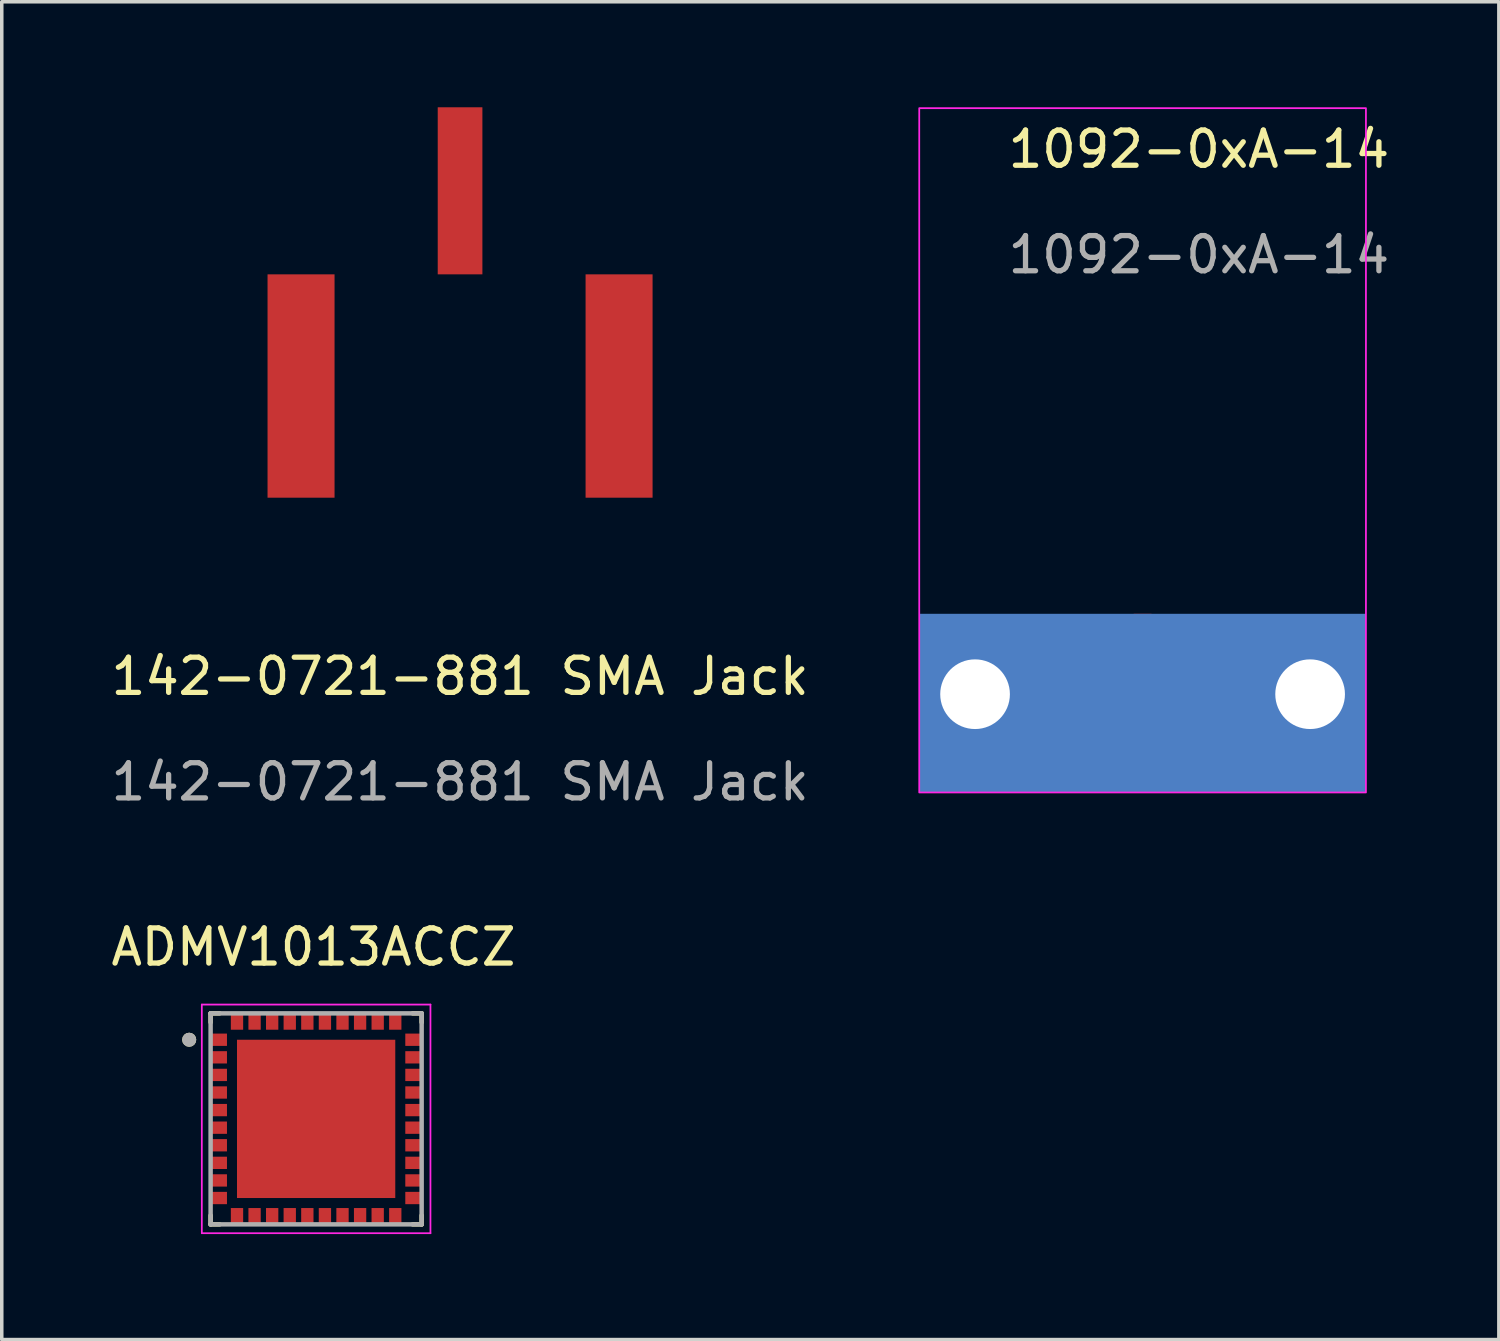
<source format=kicad_pcb>
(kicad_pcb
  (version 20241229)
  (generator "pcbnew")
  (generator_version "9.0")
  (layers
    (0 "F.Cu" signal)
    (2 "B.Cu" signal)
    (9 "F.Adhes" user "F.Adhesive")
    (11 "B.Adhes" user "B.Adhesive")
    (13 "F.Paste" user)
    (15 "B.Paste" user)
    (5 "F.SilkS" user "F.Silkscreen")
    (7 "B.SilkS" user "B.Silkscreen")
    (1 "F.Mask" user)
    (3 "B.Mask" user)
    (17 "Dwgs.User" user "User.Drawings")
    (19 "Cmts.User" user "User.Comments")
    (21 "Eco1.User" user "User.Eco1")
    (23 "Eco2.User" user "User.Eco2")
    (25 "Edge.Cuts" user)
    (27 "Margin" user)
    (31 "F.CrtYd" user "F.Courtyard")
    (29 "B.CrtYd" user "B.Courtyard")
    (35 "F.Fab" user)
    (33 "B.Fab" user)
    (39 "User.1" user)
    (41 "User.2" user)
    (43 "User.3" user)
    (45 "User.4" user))
  (footprint "142-0721-881 SMA Jack"
    (layer "F.Cu")
    (at 10.03 11.1)
    (property "Reference" "142-0721-881 SMA Jack" (at 0 5.08 0) (unlocked yes) (layer "F.SilkS") (effects (font (size 1 1) (thickness 0.15))))
    (attr smd)
    (fp_text user "${REFERENCE}" (at 0 8.08 0) (unlocked yes) (layer "F.Fab") (effects (font (size 1 1) (thickness 0.15))))
    (pad "1" smd rect (at 0 -8.725) (size 1.27 4.75) (layers "F.Cu" "F.Mask" "F.Paste"))
    (pad "2" smd rect (at -4.521 -3.175) (size 1.905 6.35) (layers "F.Cu" "F.Mask" "F.Paste"))
    (pad "2" smd rect (at 4.521 -3.175) (size 1.905 6.35) (layers "F.Cu" "F.Mask" "F.Paste")))
  (footprint "ADMV1013ACCZ"
    (layer "F.Cu")
    (at 5.938 28.761)
    (property "Reference" "ADMV1013ACCZ" (at -0.075 -4.885 0) (layer "F.SilkS") (effects (font (size 1 1) (thickness 0.15))))
    (attr through_hole)
    (fp_poly (pts (xy -3.015 -2.475) (xy -2.485 -2.475) (xy -2.485 -2.025) (xy -3.015 -2.025)) (stroke (width 0.01) (type solid)) (fill yes) (layer "F.Mask"))
    (fp_poly (pts (xy -3.015 -1.975) (xy -2.485 -1.975) (xy -2.485 -1.525) (xy -3.015 -1.525)) (stroke (width 0.01) (type solid)) (fill yes) (layer "F.Mask"))
    (fp_poly (pts (xy -3.015 -1.475) (xy -2.485 -1.475) (xy -2.485 -1.025) (xy -3.015 -1.025)) (stroke (width 0.01) (type solid)) (fill yes) (layer "F.Mask"))
    (fp_poly (pts (xy -3.015 -0.975) (xy -2.485 -0.975) (xy -2.485 -0.525) (xy -3.015 -0.525)) (stroke (width 0.01) (type solid)) (fill yes) (layer "F.Mask"))
    (fp_poly (pts (xy -3.015 -0.475) (xy -2.485 -0.475) (xy -2.485 -0.025) (xy -3.015 -0.025)) (stroke (width 0.01) (type solid)) (fill yes) (layer "F.Mask"))
    (fp_poly (pts (xy -3.015 0.025) (xy -2.485 0.025) (xy -2.485 0.475) (xy -3.015 0.475)) (stroke (width 0.01) (type solid)) (fill yes) (layer "F.Mask"))
    (fp_poly (pts (xy -3.015 0.525) (xy -2.485 0.525) (xy -2.485 0.975) (xy -3.015 0.975)) (stroke (width 0.01) (type solid)) (fill yes) (layer "F.Mask"))
    (fp_poly (pts (xy -3.015 1.025) (xy -2.485 1.025) (xy -2.485 1.475) (xy -3.015 1.475)) (stroke (width 0.01) (type solid)) (fill yes) (layer "F.Mask"))
    (fp_poly (pts (xy -3.015 1.525) (xy -2.485 1.525) (xy -2.485 1.975) (xy -3.015 1.975)) (stroke (width 0.01) (type solid)) (fill yes) (layer "F.Mask"))
    (fp_poly (pts (xy -3.015 2.025) (xy -2.485 2.025) (xy -2.485 2.475) (xy -3.015 2.475)) (stroke (width 0.01) (type solid)) (fill yes) (layer "F.Mask"))
    (fp_poly (pts (xy -2.475 -3.015) (xy -2.025 -3.015) (xy -2.025 -2.485) (xy -2.475 -2.485)) (stroke (width 0.01) (type solid)) (fill yes) (layer "F.Mask"))
    (fp_poly (pts (xy -2.475 2.485) (xy -2.025 2.485) (xy -2.025 3.015) (xy -2.475 3.015)) (stroke (width 0.01) (type solid)) (fill yes) (layer "F.Mask"))
    (fp_poly (pts (xy -1.975 -3.015) (xy -1.525 -3.015) (xy -1.525 -2.485) (xy -1.975 -2.485)) (stroke (width 0.01) (type solid)) (fill yes) (layer "F.Mask"))
    (fp_poly (pts (xy -1.975 2.485) (xy -1.525 2.485) (xy -1.525 3.015) (xy -1.975 3.015)) (stroke (width 0.01) (type solid)) (fill yes) (layer "F.Mask"))
    (fp_poly (pts (xy -1.475 -3.015) (xy -1.025 -3.015) (xy -1.025 -2.485) (xy -1.475 -2.485)) (stroke (width 0.01) (type solid)) (fill yes) (layer "F.Mask"))
    (fp_poly (pts (xy -1.475 2.485) (xy -1.025 2.485) (xy -1.025 3.015) (xy -1.475 3.015)) (stroke (width 0.01) (type solid)) (fill yes) (layer "F.Mask"))
    (fp_poly (pts (xy -0.975 -3.015) (xy -0.525 -3.015) (xy -0.525 -2.485) (xy -0.975 -2.485)) (stroke (width 0.01) (type solid)) (fill yes) (layer "F.Mask"))
    (fp_poly (pts (xy -0.975 2.485) (xy -0.525 2.485) (xy -0.525 3.015) (xy -0.975 3.015)) (stroke (width 0.01) (type solid)) (fill yes) (layer "F.Mask"))
    (fp_poly (pts (xy -0.475 -3.015) (xy -0.025 -3.015) (xy -0.025 -2.485) (xy -0.475 -2.485)) (stroke (width 0.01) (type solid)) (fill yes) (layer "F.Mask"))
    (fp_poly (pts (xy -0.475 2.485) (xy -0.025 2.485) (xy -0.025 3.015) (xy -0.475 3.015)) (stroke (width 0.01) (type solid)) (fill yes) (layer "F.Mask"))
    (fp_poly (pts (xy 0.025 -3.015) (xy 0.475 -3.015) (xy 0.475 -2.485) (xy 0.025 -2.485)) (stroke (width 0.01) (type solid)) (fill yes) (layer "F.Mask"))
    (fp_poly (pts (xy 0.025 2.485) (xy 0.475 2.485) (xy 0.475 3.015) (xy 0.025 3.015)) (stroke (width 0.01) (type solid)) (fill yes) (layer "F.Mask"))
    (fp_poly (pts (xy 0.525 -3.015) (xy 0.975 -3.015) (xy 0.975 -2.485) (xy 0.525 -2.485)) (stroke (width 0.01) (type solid)) (fill yes) (layer "F.Mask"))
    (fp_poly (pts (xy 0.525 2.485) (xy 0.975 2.485) (xy 0.975 3.015) (xy 0.525 3.015)) (stroke (width 0.01) (type solid)) (fill yes) (layer "F.Mask"))
    (fp_poly (pts (xy 1.025 -3.015) (xy 1.475 -3.015) (xy 1.475 -2.485) (xy 1.025 -2.485)) (stroke (width 0.01) (type solid)) (fill yes) (layer "F.Mask"))
    (fp_poly (pts (xy 1.025 2.485) (xy 1.475 2.485) (xy 1.475 3.015) (xy 1.025 3.015)) (stroke (width 0.01) (type solid)) (fill yes) (layer "F.Mask"))
    (fp_poly (pts (xy 1.525 -3.015) (xy 1.975 -3.015) (xy 1.975 -2.485) (xy 1.525 -2.485)) (stroke (width 0.01) (type solid)) (fill yes) (layer "F.Mask"))
    (fp_poly (pts (xy 1.525 2.485) (xy 1.975 2.485) (xy 1.975 3.015) (xy 1.525 3.015)) (stroke (width 0.01) (type solid)) (fill yes) (layer "F.Mask"))
    (fp_poly (pts (xy 2.025 -3.015) (xy 2.475 -3.015) (xy 2.475 -2.485) (xy 2.025 -2.485)) (stroke (width 0.01) (type solid)) (fill yes) (layer "F.Mask"))
    (fp_poly (pts (xy 2.025 2.485) (xy 2.475 2.485) (xy 2.475 3.015) (xy 2.025 3.015)) (stroke (width 0.01) (type solid)) (fill yes) (layer "F.Mask"))
    (fp_poly (pts (xy 2.485 -2.475) (xy 3.015 -2.475) (xy 3.015 -2.025) (xy 2.485 -2.025)) (stroke (width 0.01) (type solid)) (fill yes) (layer "F.Mask"))
    (fp_poly (pts (xy 2.485 -1.975) (xy 3.015 -1.975) (xy 3.015 -1.525) (xy 2.485 -1.525)) (stroke (width 0.01) (type solid)) (fill yes) (layer "F.Mask"))
    (fp_poly (pts (xy 2.485 -1.475) (xy 3.015 -1.475) (xy 3.015 -1.025) (xy 2.485 -1.025)) (stroke (width 0.01) (type solid)) (fill yes) (layer "F.Mask"))
    (fp_poly (pts (xy 2.485 -0.975) (xy 3.015 -0.975) (xy 3.015 -0.525) (xy 2.485 -0.525)) (stroke (width 0.01) (type solid)) (fill yes) (layer "F.Mask"))
    (fp_poly (pts (xy 2.485 -0.475) (xy 3.015 -0.475) (xy 3.015 -0.025) (xy 2.485 -0.025)) (stroke (width 0.01) (type solid)) (fill yes) (layer "F.Mask"))
    (fp_poly (pts (xy 2.485 0.025) (xy 3.015 0.025) (xy 3.015 0.475) (xy 2.485 0.475)) (stroke (width 0.01) (type solid)) (fill yes) (layer "F.Mask"))
    (fp_poly (pts (xy 2.485 0.525) (xy 3.015 0.525) (xy 3.015 0.975) (xy 2.485 0.975)) (stroke (width 0.01) (type solid)) (fill yes) (layer "F.Mask"))
    (fp_poly (pts (xy 2.485 1.025) (xy 3.015 1.025) (xy 3.015 1.475) (xy 2.485 1.475)) (stroke (width 0.01) (type solid)) (fill yes) (layer "F.Mask"))
    (fp_poly (pts (xy 2.485 1.525) (xy 3.015 1.525) (xy 3.015 1.975) (xy 2.485 1.975)) (stroke (width 0.01) (type solid)) (fill yes) (layer "F.Mask"))
    (fp_poly (pts (xy 2.485 2.025) (xy 3.015 2.025) (xy 3.015 2.475) (xy 2.485 2.475)) (stroke (width 0.01) (type solid)) (fill yes) (layer "F.Mask"))
    (fp_line (start -3 -3) (end -2.745 -3) (stroke (width 0.127) (type solid)) (layer "F.SilkS"))
    (fp_line (start -3 -2.745) (end -3 -3) (stroke (width 0.127) (type solid)) (layer "F.SilkS"))
    (fp_line (start -3 3) (end -3 2.745) (stroke (width 0.127) (type solid)) (layer "F.SilkS"))
    (fp_line (start -2.745 3) (end -3 3) (stroke (width 0.127) (type solid)) (layer "F.SilkS"))
    (fp_line (start 2.745 -3) (end 3 -3) (stroke (width 0.127) (type solid)) (layer "F.SilkS"))
    (fp_line (start 3 -3) (end 3 -2.745) (stroke (width 0.127) (type solid)) (layer "F.SilkS"))
    (fp_line (start 3 3) (end 2.745 3) (stroke (width 0.127) (type solid)) (layer "F.SilkS"))
    (fp_line (start 3 3) (end 3 2.745) (stroke (width 0.127) (type solid)) (layer "F.SilkS"))
    (fp_circle (center -3.609 -2.25) (end -3.509 -2.25) (stroke (width 0.2) (type solid)) (fill no) (layer "F.SilkS"))
    (fp_poly (pts (xy -1.835 -1.835) (xy -0.415 -1.835) (xy -0.415 -0.415) (xy -1.835 -0.415)) (stroke (width 0.01) (type solid)) (fill yes) (layer "F.Paste"))
    (fp_poly (pts (xy -1.835 0.415) (xy -0.415 0.415) (xy -0.415 1.835) (xy -1.835 1.835)) (stroke (width 0.01) (type solid)) (fill yes) (layer "F.Paste"))
    (fp_poly (pts (xy 0.415 -1.835) (xy 1.835 -1.835) (xy 1.835 -0.415) (xy 0.415 -0.415)) (stroke (width 0.01) (type solid)) (fill yes) (layer "F.Paste"))
    (fp_poly (pts (xy 0.415 0.415) (xy 1.835 0.415) (xy 1.835 1.835) (xy 0.415 1.835)) (stroke (width 0.01) (type solid)) (fill yes) (layer "F.Paste"))
    (fp_line (start -3.25 -3.25) (end -3.25 3.25) (stroke (width 0.05) (type solid)) (layer "F.CrtYd"))
    (fp_line (start -3.25 3.25) (end 3.25 3.25) (stroke (width 0.05) (type solid)) (layer "F.CrtYd"))
    (fp_line (start 3.25 -3.25) (end -3.25 -3.25) (stroke (width 0.05) (type solid)) (layer "F.CrtYd"))
    (fp_line (start 3.25 3.25) (end 3.25 -3.25) (stroke (width 0.05) (type solid)) (layer "F.CrtYd"))
    (fp_line (start -3 -3) (end 3 -3) (stroke (width 0.127) (type solid)) (layer "F.Fab"))
    (fp_line (start -3 3) (end -3 -3) (stroke (width 0.127) (type solid)) (layer "F.Fab"))
    (fp_line (start 3 -3) (end 3 3) (stroke (width 0.127) (type solid)) (layer "F.Fab"))
    (fp_line (start 3 3) (end -3 3) (stroke (width 0.127) (type solid)) (layer "F.Fab"))
    (fp_circle (center -3.609 -2.25) (end -3.509 -2.25) (stroke (width 0.2) (type solid)) (fill no) (layer "F.Fab"))
    (pad "1" smd rect (at -2.75 -2.25) (size 0.43 0.35) (layers "F.Cu" "F.Paste"))
    (pad "2" smd rect (at -2.75 -1.75) (size 0.43 0.35) (layers "F.Cu" "F.Paste"))
    (pad "3" smd rect (at -2.75 -1.25) (size 0.43 0.35) (layers "F.Cu" "F.Paste"))
    (pad "4" smd rect (at -2.75 -0.75) (size 0.43 0.35) (layers "F.Cu" "F.Paste"))
    (pad "5" smd rect (at -2.75 -0.25) (size 0.43 0.35) (layers "F.Cu" "F.Paste"))
    (pad "6" smd rect (at -2.75 0.25) (size 0.43 0.35) (layers "F.Cu" "F.Paste"))
    (pad "7" smd rect (at -2.75 0.75) (size 0.43 0.35) (layers "F.Cu" "F.Paste"))
    (pad "8" smd rect (at -2.75 1.25) (size 0.43 0.35) (layers "F.Cu" "F.Paste"))
    (pad "9" smd rect (at -2.75 1.75) (size 0.43 0.35) (layers "F.Cu" "F.Paste"))
    (pad "10" smd rect (at -2.75 2.25) (size 0.43 0.35) (layers "F.Cu" "F.Paste"))
    (pad "11" smd rect (at -2.25 2.75) (size 0.35 0.43) (layers "F.Cu" "F.Paste"))
    (pad "12" smd rect (at -1.75 2.75) (size 0.35 0.43) (layers "F.Cu" "F.Paste"))
    (pad "13" smd rect (at -1.25 2.75) (size 0.35 0.43) (layers "F.Cu" "F.Paste"))
    (pad "14" smd rect (at -0.75 2.75) (size 0.35 0.43) (layers "F.Cu" "F.Paste"))
    (pad "15" smd rect (at -0.25 2.75) (size 0.35 0.43) (layers "F.Cu" "F.Paste"))
    (pad "16" smd rect (at 0.25 2.75) (size 0.35 0.43) (layers "F.Cu" "F.Paste"))
    (pad "17" smd rect (at 0.75 2.75) (size 0.35 0.43) (layers "F.Cu" "F.Paste"))
    (pad "18" smd rect (at 1.25 2.75) (size 0.35 0.43) (layers "F.Cu" "F.Paste"))
    (pad "19" smd rect (at 1.75 2.75) (size 0.35 0.43) (layers "F.Cu" "F.Paste"))
    (pad "20" smd rect (at 2.25 2.75) (size 0.35 0.43) (layers "F.Cu" "F.Paste"))
    (pad "21" smd rect (at 2.75 2.25) (size 0.43 0.35) (layers "F.Cu" "F.Paste"))
    (pad "22" smd rect (at 2.75 1.75) (size 0.43 0.35) (layers "F.Cu" "F.Paste"))
    (pad "23" smd rect (at 2.75 1.25) (size 0.43 0.35) (layers "F.Cu" "F.Paste"))
    (pad "24" smd rect (at 2.75 0.75) (size 0.43 0.35) (layers "F.Cu" "F.Paste"))
    (pad "25" smd rect (at 2.75 0.25) (size 0.43 0.35) (layers "F.Cu" "F.Paste"))
    (pad "26" smd rect (at 2.75 -0.25) (size 0.43 0.35) (layers "F.Cu" "F.Paste"))
    (pad "27" smd rect (at 2.75 -0.75) (size 0.43 0.35) (layers "F.Cu" "F.Paste"))
    (pad "28" smd rect (at 2.75 -1.25) (size 0.43 0.35) (layers "F.Cu" "F.Paste"))
    (pad "29" smd rect (at 2.75 -1.75) (size 0.43 0.35) (layers "F.Cu" "F.Paste"))
    (pad "30" smd rect (at 2.75 -2.25) (size 0.43 0.35) (layers "F.Cu" "F.Paste"))
    (pad "31" smd rect (at 2.25 -2.75) (size 0.35 0.43) (layers "F.Cu" "F.Paste"))
    (pad "32" smd rect (at 1.75 -2.75) (size 0.35 0.43) (layers "F.Cu" "F.Paste"))
    (pad "33" smd rect (at 1.25 -2.75) (size 0.35 0.43) (layers "F.Cu" "F.Paste"))
    (pad "34" smd rect (at 0.75 -2.75) (size 0.35 0.43) (layers "F.Cu" "F.Paste"))
    (pad "35" smd rect (at 0.25 -2.75) (size 0.35 0.43) (layers "F.Cu" "F.Paste"))
    (pad "36" smd rect (at -0.25 -2.75) (size 0.35 0.43) (layers "F.Cu" "F.Paste"))
    (pad "37" smd rect (at -0.75 -2.75) (size 0.35 0.43) (layers "F.Cu" "F.Paste"))
    (pad "38" smd rect (at -1.25 -2.75) (size 0.35 0.43) (layers "F.Cu" "F.Paste"))
    (pad "39" smd rect (at -1.75 -2.75) (size 0.35 0.43) (layers "F.Cu" "F.Paste"))
    (pad "40" smd rect (at -2.25 -2.75) (size 0.35 0.43) (layers "F.Cu" "F.Paste"))
    (pad "41" smd rect (at 0 0) (size 4.5 4.5) (layers "F.Cu" "F.Mask")))
  (footprint "1092-0xA-14"
    (layer "F.Cu")
    (at 29.435 13.893)
    (property "Reference" "1092-0xA-14" (at 1.6 -12.7 0) (unlocked yes) (layer "F.SilkS") (effects (font (size 1 1) (thickness 0.15))))
    (attr through_hole)
    (fp_rect (start -6.35 5.588) (end 6.35 -13.868) (stroke (width 0.05) (type solid)) (fill no) (layer "F.CrtYd"))
    (fp_text user "${REFERENCE}" (at 1.6 -9.7 0) (unlocked yes) (layer "F.Fab") (effects (font (size 1 1) (thickness 0.15))))
    (pad "" np_thru_hole circle (at -4.763 2.794) (size 1.981 1.981) (drill 1.981) (layers "*.Cu" "*.Mask"))
    (pad "" np_thru_hole circle (at 4.763 2.794) (size 1.981 1.981) (drill 1.981) (layers "*.Cu" "*.Mask"))
    (pad "1" smd rect (at 0 1.143) (size 0.508 1.27) (layers "F.Cu" "F.Mask" "F.Paste"))
    (pad "2" smd rect (at 0 3.048) (size 12.7 5.08) (layers "B.Cu" "B.Mask" "B.Paste")))
  (gr_rect
    (start -3 -3)
    (end 39.564 35.036)
    (stroke (width 0.1) (type default))
    (fill no)
    (layer "Edge.Cuts")))
</source>
